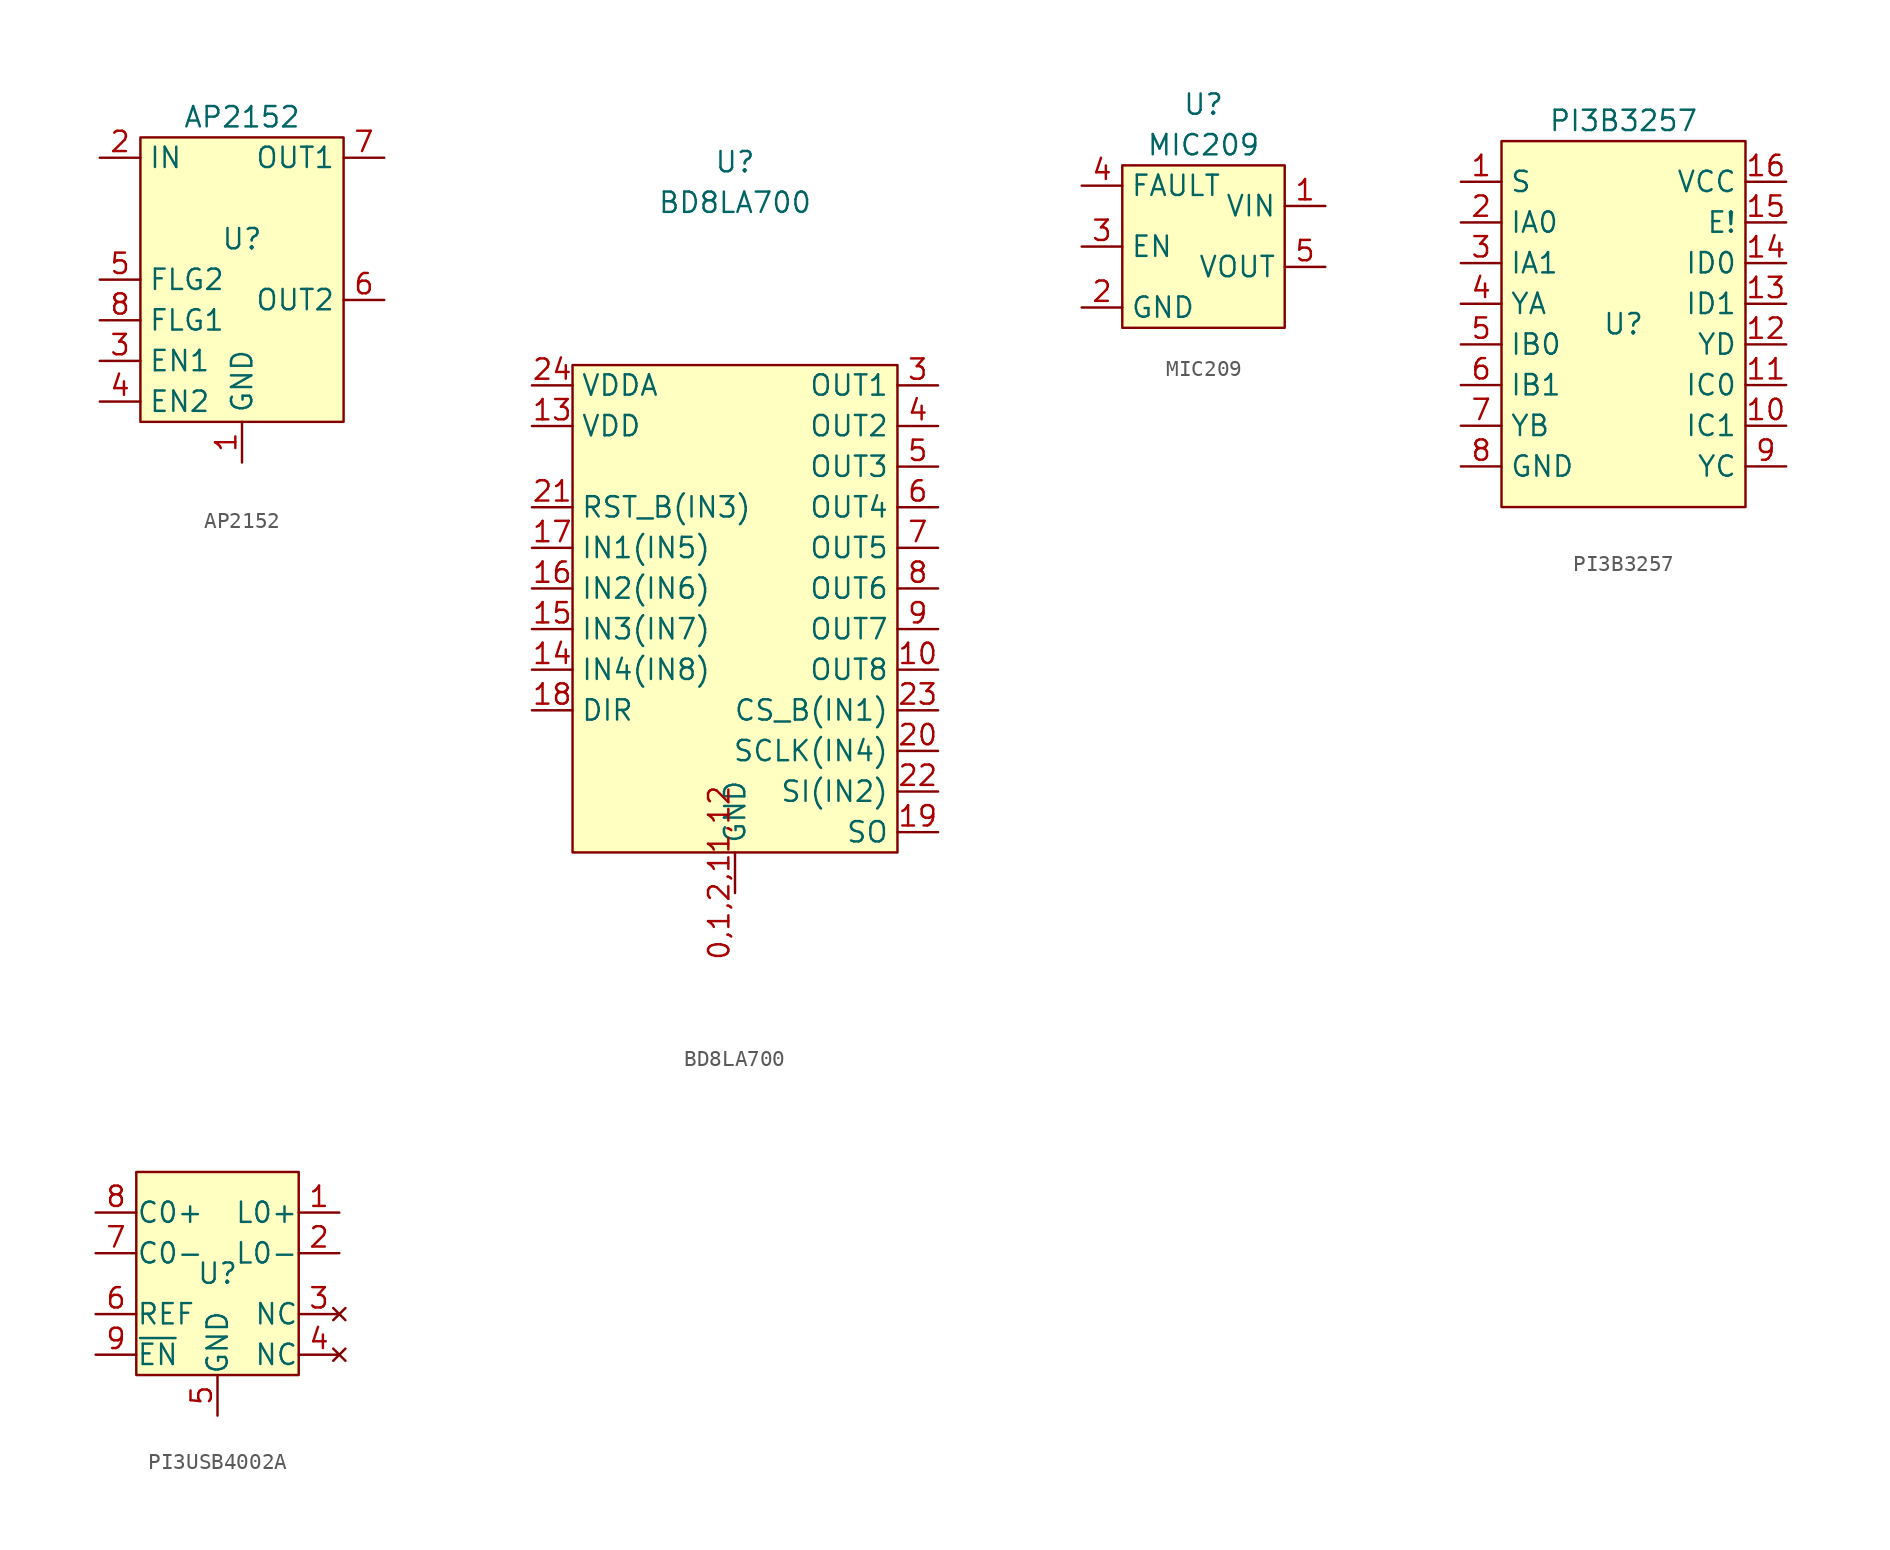
<source format=kicad_sym>
(kicad_symbol_lib
  (version 20220914)
  (generator kicad_symbol_editor)
  (symbol "AP2152"
    (property "Reference" "U"
      (at 0 0 0)
      (effects (font (size 1.27 1.27))))
    (property "Value" "AP2152"
      (at 0 7.62 0)
      (effects (font (size 1.27 1.27))))
    (symbol "AP2152_0_0"
      (pin power_out line (at 0 -13.97 90) (length 2.54) (name "GND" (effects (font (size 1.27 1.27)))) (number "1" (effects (font (size 1.27 1.27)))))
      (pin input line (at -8.89 5.08 0) (length 2.54) (name "IN" (effects (font (size 1.27 1.27)))) (number "2" (effects (font (size 1.27 1.27)))))
      (pin input line (at -8.89 -7.62 0) (length 2.54) (name "EN1" (effects (font (size 1.27 1.27)))) (number "3" (effects (font (size 1.27 1.27)))))
      (pin input line (at -8.89 -10.16 0) (length 2.54) (name "EN2" (effects (font (size 1.27 1.27)))) (number "4" (effects (font (size 1.27 1.27)))))
      (pin output line (at -8.89 -2.54 0) (length 2.54) (name "FLG2" (effects (font (size 1.27 1.27)))) (number "5" (effects (font (size 1.27 1.27)))))
      (pin output line (at 8.89 -3.81 180) (length 2.54) (name "OUT2" (effects (font (size 1.27 1.27)))) (number "6" (effects (font (size 1.27 1.27)))))
      (pin output line (at 8.89 5.08 180) (length 2.54) (name "OUT1" (effects (font (size 1.27 1.27)))) (number "7" (effects (font (size 1.27 1.27)))))
      (pin output line (at -8.89 -5.08 0) (length 2.54) (name "FLG1" (effects (font (size 1.27 1.27)))) (number "8" (effects (font (size 1.27 1.27))))))
    (symbol "AP2152_0_1"
      (rectangle (start -6.35 6.35) (end 6.35 -11.43) (stroke (width 0.152) (type default)) (fill (type background)))))
  (symbol "BD8LA700"
    (property "Reference" "U"
      (at 0 27.94 0)
      (effects (font (size 1.27 1.27))))
    (property "Value" "BD8LA700"
      (at 0 25.4 0)
      (effects (font (size 1.27 1.27))))
    (symbol "BD8LA700_0_0"
      (pin power_in line (at 0 -17.78 90) (length 2.54) (name "GND" (effects (font (size 1.27 1.27)))) (number "0,1,2,11,12" (effects (font (size 1.27 1.27)))))
      (pin bidirectional line (at 12.7 -3.81 180) (length 2.54) (name "OUT8" (effects (font (size 1.27 1.27)))) (number "10" (effects (font (size 1.27 1.27)))))
      (pin bidirectional line (at -12.7 11.43 0) (length 2.54) (name "VDD" (effects (font (size 1.27 1.27)))) (number "13" (effects (font (size 1.27 1.27)))))
      (pin bidirectional line (at -12.7 -3.81 0) (length 2.54) (name "IN4(IN8)" (effects (font (size 1.27 1.27)))) (number "14" (effects (font (size 1.27 1.27)))))
      (pin bidirectional line (at -12.7 -1.27 0) (length 2.54) (name "IN3(IN7)" (effects (font (size 1.27 1.27)))) (number "15" (effects (font (size 1.27 1.27)))))
      (pin bidirectional line (at -12.7 1.27 0) (length 2.54) (name "IN2(IN6)" (effects (font (size 1.27 1.27)))) (number "16" (effects (font (size 1.27 1.27)))))
      (pin bidirectional line (at -12.7 3.81 0) (length 2.54) (name "IN1(IN5)" (effects (font (size 1.27 1.27)))) (number "17" (effects (font (size 1.27 1.27)))))
      (pin input line (at -12.7 -6.35 0) (length 2.54) (name "DIR" (effects (font (size 1.27 1.27)))) (number "18" (effects (font (size 1.27 1.27)))))
      (pin output line (at 12.7 -13.97 180) (length 2.54) (name "SO" (effects (font (size 1.27 1.27)))) (number "19" (effects (font (size 1.27 1.27)))))
      (pin bidirectional line (at 12.7 -8.89 180) (length 2.54) (name "SCLK(IN4)" (effects (font (size 1.27 1.27)))) (number "20" (effects (font (size 1.27 1.27)))))
      (pin bidirectional line (at -12.7 6.35 0) (length 2.54) (name "RST_B(IN3)" (effects (font (size 1.27 1.27)))) (number "21" (effects (font (size 1.27 1.27)))))
      (pin bidirectional line (at 12.7 -11.43 180) (length 2.54) (name "SI(IN2)" (effects (font (size 1.27 1.27)))) (number "22" (effects (font (size 1.27 1.27)))))
      (pin bidirectional line (at 12.7 -6.35 180) (length 2.54) (name "CS_B(IN1)" (effects (font (size 1.27 1.27)))) (number "23" (effects (font (size 1.27 1.27)))))
      (pin bidirectional line (at 12.7 13.97 180) (length 2.54) (name "OUT1" (effects (font (size 1.27 1.27)))) (number "3" (effects (font (size 1.27 1.27)))))
      (pin bidirectional line (at 12.7 11.43 180) (length 2.54) (name "OUT2" (effects (font (size 1.27 1.27)))) (number "4" (effects (font (size 1.27 1.27)))))
      (pin bidirectional line (at 12.7 8.89 180) (length 2.54) (name "OUT3" (effects (font (size 1.27 1.27)))) (number "5" (effects (font (size 1.27 1.27)))))
      (pin bidirectional line (at 12.7 6.35 180) (length 2.54) (name "OUT4" (effects (font (size 1.27 1.27)))) (number "6" (effects (font (size 1.27 1.27)))))
      (pin bidirectional line (at 12.7 3.81 180) (length 2.54) (name "OUT5" (effects (font (size 1.27 1.27)))) (number "7" (effects (font (size 1.27 1.27)))))
      (pin bidirectional line (at 12.7 1.27 180) (length 2.54) (name "OUT6" (effects (font (size 1.27 1.27)))) (number "8" (effects (font (size 1.27 1.27)))))
      (pin bidirectional line (at 12.7 -1.27 180) (length 2.54) (name "OUT7" (effects (font (size 1.27 1.27)))) (number "9" (effects (font (size 1.27 1.27))))))
    (symbol "BD8LA700_0_1"
      (rectangle (start -10.16 15.24) (end 10.16 -15.24) (stroke (width 0.152) (type default)) (fill (type background))))
    (symbol "BD8LA700_1_1"
      (pin power_in line (at -12.7 13.97 0) (length 2.54) (name "VDDA" (effects (font (size 1.27 1.27)))) (number "24" (effects (font (size 1.27 1.27)))))))
  (symbol "MIC209"
    (property "Reference" "U"
      (at 0 8.89 0)
      (effects (font (size 1.27 1.27))))
    (property "Value" "MIC209"
      (at 0 6.35 0)
      (effects (font (size 1.27 1.27))))
    (symbol "MIC209_0_0"
      (pin passive line (at 7.62 2.54 180) (length 2.54) (name "VIN" (effects (font (size 1.27 1.27)))) (number "1" (effects (font (size 1.27 1.27)))))
      (pin passive line (at -7.62 -3.81 0) (length 2.54) (name "GND" (effects (font (size 1.27 1.27)))) (number "2" (effects (font (size 1.27 1.27)))))
      (pin input line (at -7.62 0 0) (length 2.54) (name "EN" (effects (font (size 1.27 1.27)))) (number "3" (effects (font (size 1.27 1.27)))))
      (pin passive line (at 7.62 -1.27 180) (length 2.54) (name "VOUT" (effects (font (size 1.27 1.27)))) (number "5" (effects (font (size 1.27 1.27))))))
    (symbol "MIC209_0_1"
      (rectangle (start -5.08 5.08) (end 5.08 -5.08) (stroke (width 0.152) (type default)) (fill (type background))))
    (symbol "MIC209_1_1"
      (pin output line (at -7.62 3.81 0) (length 2.54) (name "FAULT" (effects (font (size 1.27 1.27)))) (number "4" (effects (font (size 1.27 1.27)))))))
  (symbol "PI3B3257"
    (property "Reference" "U"
      (at 0 0 0)
      (effects (font (size 1.27 1.27))))
    (property "Value" "PI3B3257"
      (at 0 12.7 0)
      (effects (font (size 1.27 1.27))))
    (symbol "PI3B3257_0_0"
      (pin passive line (at 10.16 -6.35 180) (length 2.54) (name "IC1" (effects (font (size 1.27 1.27)))) (number "10" (effects (font (size 1.27 1.27)))))
      (pin passive line (at 10.16 -3.81 180) (length 2.54) (name "IC0" (effects (font (size 1.27 1.27)))) (number "11" (effects (font (size 1.27 1.27)))))
      (pin passive line (at 10.16 -1.27 180) (length 2.54) (name "YD" (effects (font (size 1.27 1.27)))) (number "12" (effects (font (size 1.27 1.27)))))
      (pin passive line (at 10.16 1.27 180) (length 2.54) (name "ID1" (effects (font (size 1.27 1.27)))) (number "13" (effects (font (size 1.27 1.27)))))
      (pin passive line (at 10.16 3.81 180) (length 2.54) (name "ID0" (effects (font (size 1.27 1.27)))) (number "14" (effects (font (size 1.27 1.27)))))
      (pin input line (at 10.16 6.35 180) (length 2.54) (name "E!" (effects (font (size 1.27 1.27)))) (number "15" (effects (font (size 1.27 1.27)))))
      (pin power_in line (at 10.16 8.89 180) (length 2.54) (name "VCC" (effects (font (size 1.27 1.27)))) (number "16" (effects (font (size 1.27 1.27)))))
      (pin passive line (at -10.16 6.35 0) (length 2.54) (name "IA0" (effects (font (size 1.27 1.27)))) (number "2" (effects (font (size 1.27 1.27)))))
      (pin passive line (at -10.16 3.81 0) (length 2.54) (name "IA1" (effects (font (size 1.27 1.27)))) (number "3" (effects (font (size 1.27 1.27)))))
      (pin passive line (at -10.16 1.27 0) (length 2.54) (name "YA" (effects (font (size 1.27 1.27)))) (number "4" (effects (font (size 1.27 1.27)))))
      (pin passive line (at -10.16 -1.27 0) (length 2.54) (name "IB0" (effects (font (size 1.27 1.27)))) (number "5" (effects (font (size 1.27 1.27)))))
      (pin passive line (at -10.16 -3.81 0) (length 2.54) (name "IB1" (effects (font (size 1.27 1.27)))) (number "6" (effects (font (size 1.27 1.27)))))
      (pin passive line (at -10.16 -6.35 0) (length 2.54) (name "YB" (effects (font (size 1.27 1.27)))) (number "7" (effects (font (size 1.27 1.27)))))
      (pin power_in line (at -10.16 -8.89 0) (length 2.54) (name "GND" (effects (font (size 1.27 1.27)))) (number "8" (effects (font (size 1.27 1.27)))))
      (pin passive line (at 10.16 -8.89 180) (length 2.54) (name "YC" (effects (font (size 1.27 1.27)))) (number "9" (effects (font (size 1.27 1.27))))))
    (symbol "PI3B3257_0_1"
      (rectangle (start -7.62 11.43) (end 7.62 -11.43) (stroke (width 0.152) (type default)) (fill (type background))))
    (symbol "PI3B3257_1_1"
      (pin input line (at -10.16 8.89 0) (length 2.54) (name "S" (effects (font (size 1.27 1.27)))) (number "1" (effects (font (size 1.27 1.27)))))))
  (symbol "PI3USB4002A"
    (pin_names
      (offset 0.002))
    (property "Reference" "U"
      (at 0 0 0)
      (effects (font (size 1.27 1.27))))
    (property "Value" ""
      (at 0 0 0)
      (effects (font (size 1.27 1.27))))
    (symbol "PI3USB4002A_0_1"
      (rectangle (start -5.08 6.35) (end 5.08 -6.35) (stroke (width 0) (type default)) (fill (type background))))
    (symbol "PI3USB4002A_1_0"
      (pin passive line (at 7.62 1.27 180) (length 2.54) (name "L0-" (effects (font (size 1.27 1.27)))) (number "2" (effects (font (size 1.27 1.27)))))
      (pin no_connect line (at 7.62 -2.54 180) (length 2.54) (name "NC" (effects (font (size 1.27 1.27)))) (number "3" (effects (font (size 1.27 1.27)))))
      (pin no_connect line (at 7.62 -5.08 180) (length 2.54) (name "NC" (effects (font (size 1.27 1.27)))) (number "4" (effects (font (size 1.27 1.27)))))
      (pin power_out line (at 0 -8.89 90) (length 2.54) (name "GND" (effects (font (size 1.27 1.27)))) (number "5" (effects (font (size 1.27 1.27)))))
      (pin power_in line (at -7.62 -2.54 0) (length 2.54) (name "REF" (effects (font (size 1.27 1.27)))) (number "6" (effects (font (size 1.27 1.27)))))
      (pin passive line (at -7.62 1.27 0) (length 2.54) (name "C0-" (effects (font (size 1.27 1.27)))) (number "7" (effects (font (size 1.27 1.27)))))
      (pin passive line (at -7.62 3.81 0) (length 2.54) (name "C0+" (effects (font (size 1.27 1.27)))) (number "8" (effects (font (size 1.27 1.27)))))
      (pin input line (at -7.62 -5.08 0) (length 2.54) (name "~{EN}" (effects (font (size 1.27 1.27)))) (number "9" (effects (font (size 1.27 1.27))))))
    (symbol "PI3USB4002A_1_1"
      (pin passive line (at 7.62 3.81 180) (length 2.54) (name "L0+" (effects (font (size 1.27 1.27)))) (number "1" (effects (font (size 1.27 1.27))))))))
</source>
